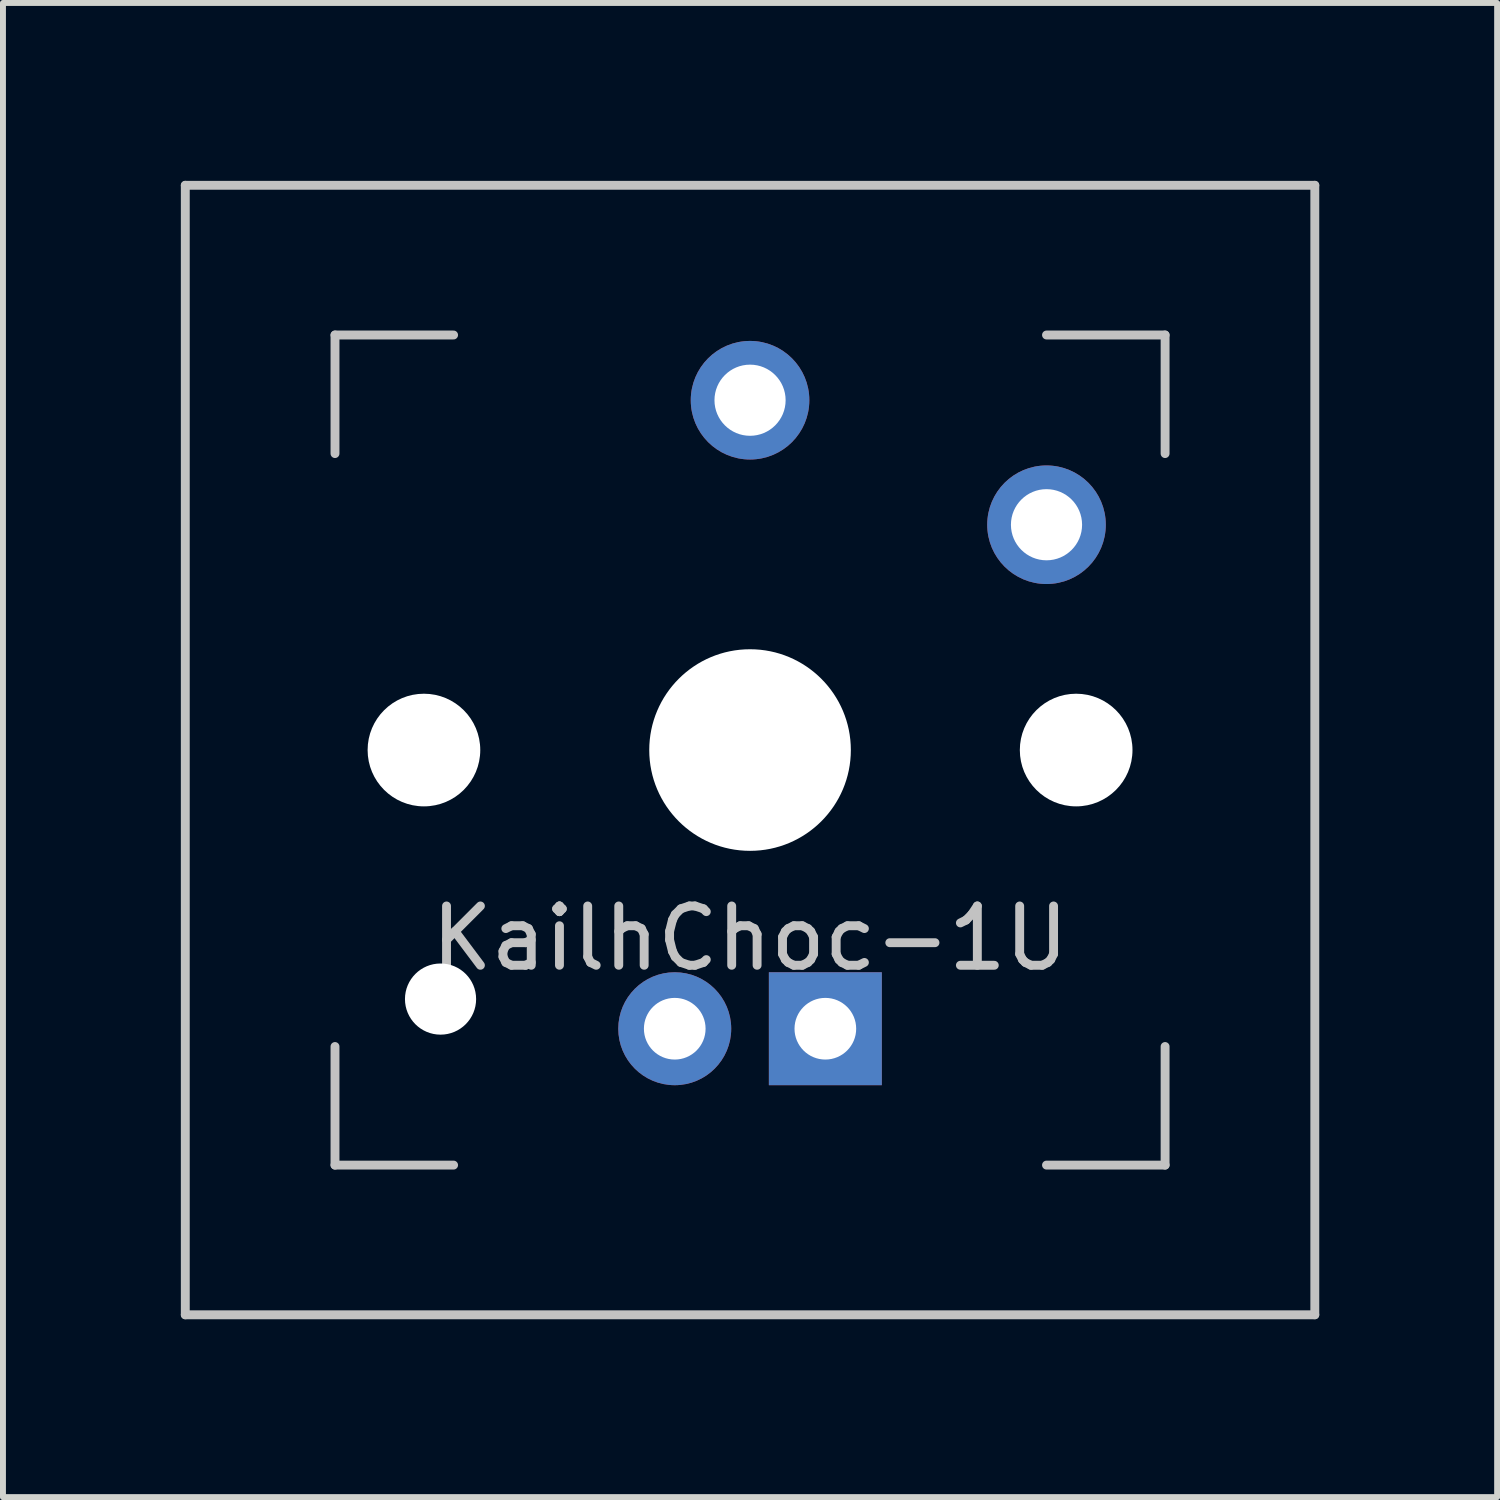
<source format=kicad_pcb>
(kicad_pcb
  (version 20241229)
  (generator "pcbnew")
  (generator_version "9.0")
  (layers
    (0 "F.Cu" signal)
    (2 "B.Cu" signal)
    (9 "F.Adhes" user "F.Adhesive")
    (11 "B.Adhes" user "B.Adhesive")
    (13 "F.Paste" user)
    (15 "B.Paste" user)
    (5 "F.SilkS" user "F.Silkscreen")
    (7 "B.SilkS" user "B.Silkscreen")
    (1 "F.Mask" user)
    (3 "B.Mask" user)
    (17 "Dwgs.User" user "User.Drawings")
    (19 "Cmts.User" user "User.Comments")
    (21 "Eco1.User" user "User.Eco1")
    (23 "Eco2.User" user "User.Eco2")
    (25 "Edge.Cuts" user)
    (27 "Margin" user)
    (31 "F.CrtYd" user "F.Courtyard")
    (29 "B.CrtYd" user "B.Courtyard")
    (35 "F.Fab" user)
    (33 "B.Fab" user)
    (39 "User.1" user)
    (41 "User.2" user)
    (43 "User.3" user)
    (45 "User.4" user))
  (footprint "KailhChoc-1U"
    (layer "F.Cu")
    (at 9.6 9.6)
    (property "Reference" "KailhChoc-1U" (at 0 3.175 0) (layer "Dwgs.User") (effects (font (size 1 1) (thickness 0.15))))
    (attr through_hole)
    (fp_line (start -9.525 -9.525) (end 9.525 -9.525) (stroke (width 0.15) (type solid)) (layer "Dwgs.User"))
    (fp_line (start -9.525 9.525) (end -9.525 -9.525) (stroke (width 0.15) (type solid)) (layer "Dwgs.User"))
    (fp_line (start -7 -7) (end -7 -5) (stroke (width 0.15) (type solid)) (layer "Dwgs.User"))
    (fp_line (start -7 5) (end -7 7) (stroke (width 0.15) (type solid)) (layer "Dwgs.User"))
    (fp_line (start -7 7) (end -5 7) (stroke (width 0.15) (type solid)) (layer "Dwgs.User"))
    (fp_line (start -5 -7) (end -7 -7) (stroke (width 0.15) (type solid)) (layer "Dwgs.User"))
    (fp_line (start 5 -7) (end 7 -7) (stroke (width 0.15) (type solid)) (layer "Dwgs.User"))
    (fp_line (start 5 7) (end 7 7) (stroke (width 0.15) (type solid)) (layer "Dwgs.User"))
    (fp_line (start 7 -7) (end 7 -5) (stroke (width 0.15) (type solid)) (layer "Dwgs.User"))
    (fp_line (start 7 7) (end 7 5) (stroke (width 0.15) (type solid)) (layer "Dwgs.User"))
    (fp_line (start 9.525 -9.525) (end 9.525 9.525) (stroke (width 0.15) (type solid)) (layer "Dwgs.User"))
    (fp_line (start 9.525 9.525) (end -9.525 9.525) (stroke (width 0.15) (type solid)) (layer "Dwgs.User"))
    (pad "" np_thru_hole circle (at -5.5 0 48.1) (size 1.9 1.9) (drill 1.9) (layers "*.Cu" "*.Mask"))
    (pad "" np_thru_hole circle (at -5.22 4.2) (size 1.2 1.2) (drill 1.2) (layers "*.Cu" "*.Mask"))
    (pad "" np_thru_hole circle (at 0 0) (size 3.4 3.4) (drill 3.4) (layers "*.Cu" "*.Mask"))
    (pad "" np_thru_hole circle (at 5.5 0 48.1) (size 1.9 1.9) (drill 1.9) (layers "*.Cu" "*.Mask"))
    (pad "1" thru_hole circle (at 5 -3.8) (size 2 2) (drill 1.2) (layers "*.Cu" "B.Mask"))
    (pad "2" thru_hole circle (at 0 -5.9) (size 2 2) (drill 1.2) (layers "*.Cu" "B.Mask"))
    (pad "3" thru_hole circle (at -1.27 4.7) (size 1.905 1.905) (drill 1.04) (layers "*.Cu" "B.Mask"))
    (pad "4" thru_hole rect (at 1.27 4.7) (size 1.905 1.905) (drill 1.04) (layers "*.Cu" "B.Mask")))
  (gr_rect
    (start -3 -3)
    (end 22.2 22.2)
    (stroke (width 0.1) (type default))
    (fill no)
    (layer "Edge.Cuts")))
</source>
